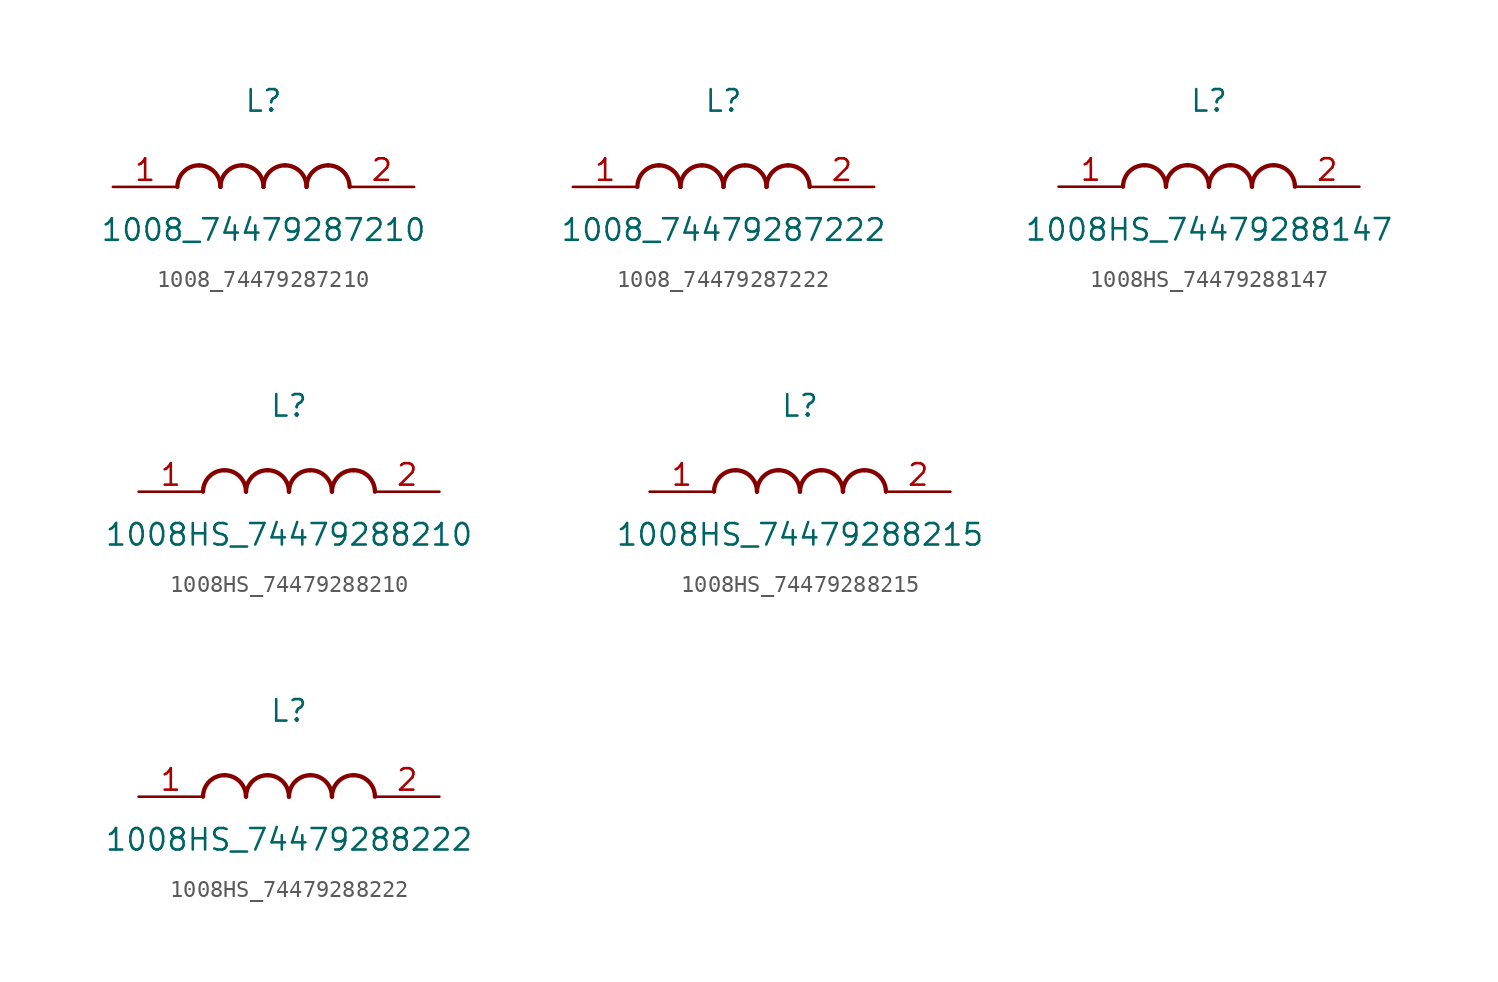
<source format=kicad_sym>
(kicad_symbol_lib
  (version 20211014)
  (generator kicad_symbol_editor)
  (symbol "Inductor_Wurth_WE-PMCI:1008_74479287210"
    (pin_names hide)
    (property "Reference" "L"
      (at 0 5.08 0)
      (effects (font (size 1.27 1.27))))
    (property "Value" "1008_74479287210"
      (at 0 -2.54 0)
      (effects (font (size 1.27 1.27))))
    (symbol "1008_74479287210_0_1"
      (arc (start -3.81 1.27) (mid -4.708 0.898) (end -5.08 0) (stroke (width 0.254) (type default) (color 0 0 0 0)) (fill (type none)))
      (arc (start -2.54 0) (mid -2.912 0.898) (end -3.81 1.27) (stroke (width 0.254) (type default) (color 0 0 0 0)) (fill (type none)))
      (arc (start -1.2699 1.2701) (mid -2.1679 0.8981) (end -2.5399 0.0001) (stroke (width 0.254) (type default) (color 0 0 0 0)) (fill (type none)))
      (arc (start 0.0001 0.0001) (mid -0.3719 0.8981) (end -1.2699 1.2701) (stroke (width 0.254) (type default) (color 0 0 0 0)) (fill (type none)))
      (arc (start 1.2701 1.2701) (mid 0.3721 0.8981) (end 0.0001 0.0001) (stroke (width 0.254) (type default) (color 0 0 0 0)) (fill (type none)))
      (arc (start 2.5401 0.0001) (mid 2.1681 0.8981) (end 1.2701 1.2701) (stroke (width 0.254) (type default) (color 0 0 0 0)) (fill (type none)))
      (arc (start 3.8101 1.2701) (mid 2.9121 0.8981) (end 2.5401 0.0001) (stroke (width 0.254) (type default) (color 0 0 0 0)) (fill (type none)))
      (arc (start 5.0801 0.0001) (mid 4.7081 0.8981) (end 3.8101 1.2701) (stroke (width 0.254) (type default) (color 0 0 0 0)) (fill (type none))))
    (symbol "1008_74479287210_1_1"
      (pin passive line (at -8.89 0 0) (length 3.81) (name "1" (effects (font (size 1.27 1.27)))) (number "1" (effects (font (size 1.27 1.27)))))
      (pin passive line (at 8.89 0 180) (length 3.81) (name "2" (effects (font (size 1.27 1.27)))) (number "2" (effects (font (size 1.27 1.27)))))))
  (symbol "Inductor_Wurth_WE-PMCI:1008_74479287222"
    (pin_names hide)
    (property "Reference" "L"
      (at 0 5.08 0)
      (effects (font (size 1.27 1.27))))
    (property "Value" "1008_74479287222"
      (at 0 -2.54 0)
      (effects (font (size 1.27 1.27))))
    (symbol "1008_74479287222_0_1"
      (arc (start -3.81 1.27) (mid -4.708 0.898) (end -5.08 0) (stroke (width 0.254) (type default) (color 0 0 0 0)) (fill (type none)))
      (arc (start -2.54 0) (mid -2.912 0.898) (end -3.81 1.27) (stroke (width 0.254) (type default) (color 0 0 0 0)) (fill (type none)))
      (arc (start -1.2699 1.2701) (mid -2.1679 0.8981) (end -2.5399 0.0001) (stroke (width 0.254) (type default) (color 0 0 0 0)) (fill (type none)))
      (arc (start 0.0001 0.0001) (mid -0.3719 0.8981) (end -1.2699 1.2701) (stroke (width 0.254) (type default) (color 0 0 0 0)) (fill (type none)))
      (arc (start 1.2701 1.2701) (mid 0.3721 0.8981) (end 0.0001 0.0001) (stroke (width 0.254) (type default) (color 0 0 0 0)) (fill (type none)))
      (arc (start 2.5401 0.0001) (mid 2.1681 0.8981) (end 1.2701 1.2701) (stroke (width 0.254) (type default) (color 0 0 0 0)) (fill (type none)))
      (arc (start 3.8101 1.2701) (mid 2.9121 0.8981) (end 2.5401 0.0001) (stroke (width 0.254) (type default) (color 0 0 0 0)) (fill (type none)))
      (arc (start 5.0801 0.0001) (mid 4.7081 0.8981) (end 3.8101 1.2701) (stroke (width 0.254) (type default) (color 0 0 0 0)) (fill (type none))))
    (symbol "1008_74479287222_1_1"
      (pin passive line (at -8.89 0 0) (length 3.81) (name "1" (effects (font (size 1.27 1.27)))) (number "1" (effects (font (size 1.27 1.27)))))
      (pin passive line (at 8.89 0 180) (length 3.81) (name "2" (effects (font (size 1.27 1.27)))) (number "2" (effects (font (size 1.27 1.27)))))))
  (symbol "Inductor_Wurth_WE-PMCI:1008HS_74479288147"
    (pin_names hide)
    (property "Reference" "L"
      (at 0 5.08 0)
      (effects (font (size 1.27 1.27))))
    (property "Value" "1008HS_74479288147"
      (at 0 -2.54 0)
      (effects (font (size 1.27 1.27))))
    (symbol "1008HS_74479288147_0_1"
      (arc (start -3.81 1.27) (mid -4.708 0.898) (end -5.08 0) (stroke (width 0.254) (type default) (color 0 0 0 0)) (fill (type none)))
      (arc (start -2.54 0) (mid -2.912 0.898) (end -3.81 1.27) (stroke (width 0.254) (type default) (color 0 0 0 0)) (fill (type none)))
      (arc (start -1.2699 1.2701) (mid -2.1679 0.8981) (end -2.5399 0.0001) (stroke (width 0.254) (type default) (color 0 0 0 0)) (fill (type none)))
      (arc (start 0.0001 0.0001) (mid -0.3719 0.8981) (end -1.2699 1.2701) (stroke (width 0.254) (type default) (color 0 0 0 0)) (fill (type none)))
      (arc (start 1.2701 1.2701) (mid 0.3721 0.8981) (end 0.0001 0.0001) (stroke (width 0.254) (type default) (color 0 0 0 0)) (fill (type none)))
      (arc (start 2.5401 0.0001) (mid 2.1681 0.8981) (end 1.2701 1.2701) (stroke (width 0.254) (type default) (color 0 0 0 0)) (fill (type none)))
      (arc (start 3.8101 1.2701) (mid 2.9121 0.8981) (end 2.5401 0.0001) (stroke (width 0.254) (type default) (color 0 0 0 0)) (fill (type none)))
      (arc (start 5.0801 0.0001) (mid 4.7081 0.8981) (end 3.8101 1.2701) (stroke (width 0.254) (type default) (color 0 0 0 0)) (fill (type none))))
    (symbol "1008HS_74479288147_1_1"
      (pin passive line (at -8.89 0 0) (length 3.81) (name "1" (effects (font (size 1.27 1.27)))) (number "1" (effects (font (size 1.27 1.27)))))
      (pin passive line (at 8.89 0 180) (length 3.81) (name "2" (effects (font (size 1.27 1.27)))) (number "2" (effects (font (size 1.27 1.27)))))))
  (symbol "Inductor_Wurth_WE-PMCI:1008HS_74479288210"
    (pin_names hide)
    (property "Reference" "L"
      (at 0 5.08 0)
      (effects (font (size 1.27 1.27))))
    (property "Value" "1008HS_74479288210"
      (at 0 -2.54 0)
      (effects (font (size 1.27 1.27))))
    (symbol "1008HS_74479288210_0_1"
      (arc (start -3.81 1.27) (mid -4.708 0.898) (end -5.08 0) (stroke (width 0.254) (type default) (color 0 0 0 0)) (fill (type none)))
      (arc (start -2.54 0) (mid -2.912 0.898) (end -3.81 1.27) (stroke (width 0.254) (type default) (color 0 0 0 0)) (fill (type none)))
      (arc (start -1.2699 1.2701) (mid -2.1679 0.8981) (end -2.5399 0.0001) (stroke (width 0.254) (type default) (color 0 0 0 0)) (fill (type none)))
      (arc (start 0.0001 0.0001) (mid -0.3719 0.8981) (end -1.2699 1.2701) (stroke (width 0.254) (type default) (color 0 0 0 0)) (fill (type none)))
      (arc (start 1.2701 1.2701) (mid 0.3721 0.8981) (end 0.0001 0.0001) (stroke (width 0.254) (type default) (color 0 0 0 0)) (fill (type none)))
      (arc (start 2.5401 0.0001) (mid 2.1681 0.8981) (end 1.2701 1.2701) (stroke (width 0.254) (type default) (color 0 0 0 0)) (fill (type none)))
      (arc (start 3.8101 1.2701) (mid 2.9121 0.8981) (end 2.5401 0.0001) (stroke (width 0.254) (type default) (color 0 0 0 0)) (fill (type none)))
      (arc (start 5.0801 0.0001) (mid 4.7081 0.8981) (end 3.8101 1.2701) (stroke (width 0.254) (type default) (color 0 0 0 0)) (fill (type none))))
    (symbol "1008HS_74479288210_1_1"
      (pin passive line (at -8.89 0 0) (length 3.81) (name "1" (effects (font (size 1.27 1.27)))) (number "1" (effects (font (size 1.27 1.27)))))
      (pin passive line (at 8.89 0 180) (length 3.81) (name "2" (effects (font (size 1.27 1.27)))) (number "2" (effects (font (size 1.27 1.27)))))))
  (symbol "Inductor_Wurth_WE-PMCI:1008HS_74479288215"
    (pin_names hide)
    (property "Reference" "L"
      (at 0 5.08 0)
      (effects (font (size 1.27 1.27))))
    (property "Value" "1008HS_74479288215"
      (at 0 -2.54 0)
      (effects (font (size 1.27 1.27))))
    (symbol "1008HS_74479288215_0_1"
      (arc (start -3.81 1.27) (mid -4.708 0.898) (end -5.08 0) (stroke (width 0.254) (type default) (color 0 0 0 0)) (fill (type none)))
      (arc (start -2.54 0) (mid -2.912 0.898) (end -3.81 1.27) (stroke (width 0.254) (type default) (color 0 0 0 0)) (fill (type none)))
      (arc (start -1.2699 1.2701) (mid -2.1679 0.8981) (end -2.5399 0.0001) (stroke (width 0.254) (type default) (color 0 0 0 0)) (fill (type none)))
      (arc (start 0.0001 0.0001) (mid -0.3719 0.8981) (end -1.2699 1.2701) (stroke (width 0.254) (type default) (color 0 0 0 0)) (fill (type none)))
      (arc (start 1.2701 1.2701) (mid 0.3721 0.8981) (end 0.0001 0.0001) (stroke (width 0.254) (type default) (color 0 0 0 0)) (fill (type none)))
      (arc (start 2.5401 0.0001) (mid 2.1681 0.8981) (end 1.2701 1.2701) (stroke (width 0.254) (type default) (color 0 0 0 0)) (fill (type none)))
      (arc (start 3.8101 1.2701) (mid 2.9121 0.8981) (end 2.5401 0.0001) (stroke (width 0.254) (type default) (color 0 0 0 0)) (fill (type none)))
      (arc (start 5.0801 0.0001) (mid 4.7081 0.8981) (end 3.8101 1.2701) (stroke (width 0.254) (type default) (color 0 0 0 0)) (fill (type none))))
    (symbol "1008HS_74479288215_1_1"
      (pin passive line (at -8.89 0 0) (length 3.81) (name "1" (effects (font (size 1.27 1.27)))) (number "1" (effects (font (size 1.27 1.27)))))
      (pin passive line (at 8.89 0 180) (length 3.81) (name "2" (effects (font (size 1.27 1.27)))) (number "2" (effects (font (size 1.27 1.27)))))))
  (symbol "Inductor_Wurth_WE-PMCI:1008HS_74479288222"
    (pin_names hide)
    (property "Reference" "L"
      (at 0 5.08 0)
      (effects (font (size 1.27 1.27))))
    (property "Value" "1008HS_74479288222"
      (at 0 -2.54 0)
      (effects (font (size 1.27 1.27))))
    (symbol "1008HS_74479288222_0_1"
      (arc (start -3.81 1.27) (mid -4.708 0.898) (end -5.08 0) (stroke (width 0.254) (type default) (color 0 0 0 0)) (fill (type none)))
      (arc (start -2.54 0) (mid -2.912 0.898) (end -3.81 1.27) (stroke (width 0.254) (type default) (color 0 0 0 0)) (fill (type none)))
      (arc (start -1.2699 1.2701) (mid -2.1679 0.8981) (end -2.5399 0.0001) (stroke (width 0.254) (type default) (color 0 0 0 0)) (fill (type none)))
      (arc (start 0.0001 0.0001) (mid -0.3719 0.8981) (end -1.2699 1.2701) (stroke (width 0.254) (type default) (color 0 0 0 0)) (fill (type none)))
      (arc (start 1.2701 1.2701) (mid 0.3721 0.8981) (end 0.0001 0.0001) (stroke (width 0.254) (type default) (color 0 0 0 0)) (fill (type none)))
      (arc (start 2.5401 0.0001) (mid 2.1681 0.8981) (end 1.2701 1.2701) (stroke (width 0.254) (type default) (color 0 0 0 0)) (fill (type none)))
      (arc (start 3.8101 1.2701) (mid 2.9121 0.8981) (end 2.5401 0.0001) (stroke (width 0.254) (type default) (color 0 0 0 0)) (fill (type none)))
      (arc (start 5.0801 0.0001) (mid 4.7081 0.8981) (end 3.8101 1.2701) (stroke (width 0.254) (type default) (color 0 0 0 0)) (fill (type none))))
    (symbol "1008HS_74479288222_1_1"
      (pin passive line (at -8.89 0 0) (length 3.81) (name "1" (effects (font (size 1.27 1.27)))) (number "1" (effects (font (size 1.27 1.27)))))
      (pin passive line (at 8.89 0 180) (length 3.81) (name "2" (effects (font (size 1.27 1.27)))) (number "2" (effects (font (size 1.27 1.27))))))))
</source>
